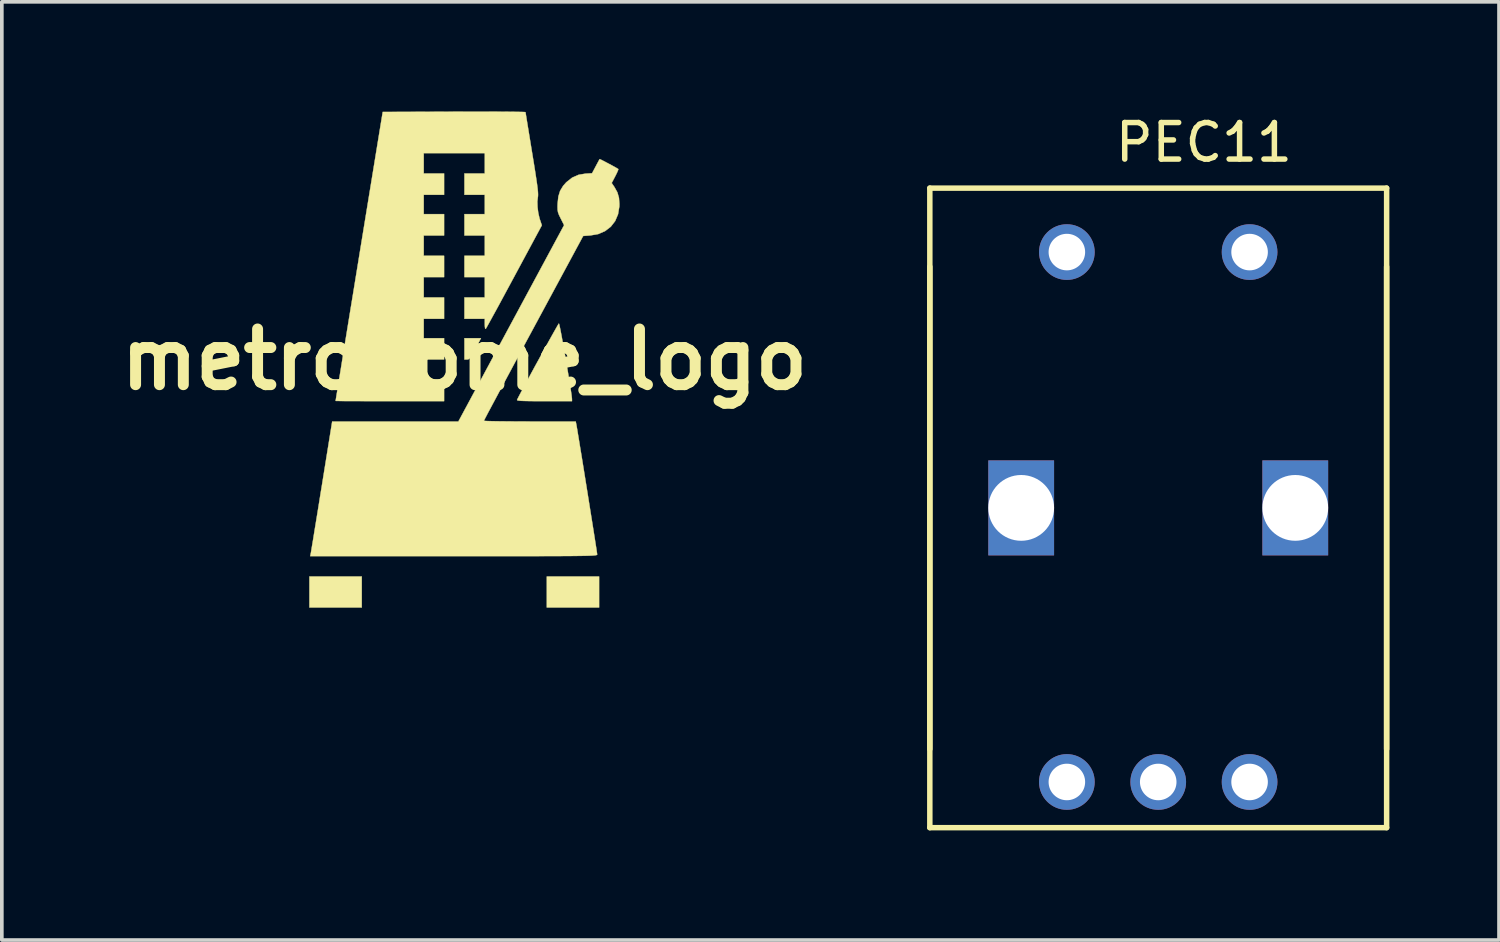
<source format=kicad_pcb>
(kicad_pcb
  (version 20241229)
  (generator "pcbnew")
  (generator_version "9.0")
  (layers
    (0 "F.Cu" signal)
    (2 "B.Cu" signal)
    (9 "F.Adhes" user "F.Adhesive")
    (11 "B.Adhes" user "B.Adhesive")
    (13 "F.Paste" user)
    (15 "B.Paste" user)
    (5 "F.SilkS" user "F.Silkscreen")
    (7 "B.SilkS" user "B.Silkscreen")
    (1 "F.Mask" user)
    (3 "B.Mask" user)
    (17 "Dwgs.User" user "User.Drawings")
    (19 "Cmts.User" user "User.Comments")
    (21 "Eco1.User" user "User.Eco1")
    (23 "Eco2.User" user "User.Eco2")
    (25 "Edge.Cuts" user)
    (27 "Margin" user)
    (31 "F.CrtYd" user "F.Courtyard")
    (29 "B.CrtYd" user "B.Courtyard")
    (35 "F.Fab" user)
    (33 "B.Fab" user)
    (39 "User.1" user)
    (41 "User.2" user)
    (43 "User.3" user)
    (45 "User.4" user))
  (footprint "metronome_logo"
    (layer "F.Cu")
    (at 9.659 6.787)
    (property "Reference" "metronome_logo" (at 0 0 0) (layer "F.SilkS") (effects (font (size 1.524 1.524) (thickness 0.3))))
    (attr through_hole)
    (fp_poly (pts (xy -2.81 6.787) (xy -4.242 6.787) (xy -4.242 5.939) (xy -2.81 5.939) (xy -2.81 6.787)) (stroke (width 0.01) (type solid)) (fill yes) (layer "F.SilkS"))
    (fp_poly (pts (xy 3.685 6.787) (xy 2.254 6.787) (xy 2.254 5.939) (xy 3.685 5.939) (xy 3.685 6.787)) (stroke (width 0.01) (type solid)) (fill yes) (layer "F.SilkS"))
    (fp_poly (pts (xy 0.299 -0.292) (xy 0.234 -0.17) (xy 0.186 -0.087) (xy 0.149 -0.037) (xy 0.119 -0.01) (xy 0.088 -0.001) (xy 0.073 -0.000498) (xy 0 0) (xy 0 -0.583) (xy 0.453 -0.583) (xy 0.299 -0.292)) (stroke (width 0.01) (type solid)) (fill yes) (layer "F.SilkS"))
    (fp_poly (pts (xy 2.593 -0.962) (xy 2.609 -0.893) (xy 2.631 -0.785) (xy 2.658 -0.645) (xy 2.688 -0.479) (xy 2.721 -0.295) (xy 2.756 -0.1) (xy 2.791 0.101) (xy 2.824 0.301) (xy 2.856 0.492) (xy 2.884 0.668) (xy 2.908 0.822) (xy 2.927 0.947) (xy 2.938 1.037) (xy 2.942 1.08) (xy 2.943 1.14) (xy 2.185 1.14) (xy 1.956 1.14) (xy 1.776 1.138) (xy 1.639 1.135) (xy 1.542 1.131) (xy 1.479 1.125) (xy 1.447 1.117) (xy 1.439 1.107) (xy 1.439 1.107) (xy 1.46 1.064) (xy 1.502 0.983) (xy 1.562 0.869) (xy 1.637 0.728) (xy 1.725 0.566) (xy 1.821 0.388) (xy 1.923 0.2) (xy 2.028 0.009) (xy 2.132 -0.181) (xy 2.232 -0.364) (xy 2.326 -0.533) (xy 2.41 -0.684) (xy 2.481 -0.81) (xy 2.536 -0.907) (xy 2.572 -0.967) (xy 2.585 -0.985) (xy 2.593 -0.962)) (stroke (width 0.01) (type solid)) (fill yes) (layer "F.SilkS"))
    (fp_poly (pts (xy 0.615 -6.782) (xy 0.872 -6.781) (xy 1.1 -6.78) (xy 1.296 -6.778) (xy 1.455 -6.776) (xy 1.573 -6.774) (xy 1.647 -6.771) (xy 1.671 -6.768) (xy 1.676 -6.738) (xy 1.688 -6.662) (xy 1.707 -6.544) (xy 1.732 -6.391) (xy 1.762 -6.207) (xy 1.796 -5.999) (xy 1.833 -5.772) (xy 1.853 -5.649) (xy 1.899 -5.369) (xy 1.936 -5.136) (xy 1.965 -4.946) (xy 1.987 -4.795) (xy 2.002 -4.676) (xy 2.011 -4.586) (xy 2.014 -4.519) (xy 2.013 -4.471) (xy 2.009 -4.442) (xy 1.995 -4.322) (xy 2 -4.171) (xy 2.02 -4.011) (xy 2.055 -3.859) (xy 2.067 -3.823) (xy 2.118 -3.672) (xy 1.362 -2.267) (xy 1.226 -2.015) (xy 1.097 -1.776) (xy 0.978 -1.555) (xy 0.87 -1.356) (xy 0.775 -1.184) (xy 0.697 -1.041) (xy 0.637 -0.933) (xy 0.598 -0.863) (xy 0.582 -0.837) (xy 0.567 -0.845) (xy 0.559 -0.9) (xy 0.557 -0.962) (xy 0.557 -1.114) (xy 0 -1.114) (xy 0 -1.697) (xy 0.557 -1.697) (xy 0.557 -2.254) (xy 0 -2.254) (xy 0 -2.837) (xy 0.557 -2.837) (xy 0.557 -3.394) (xy 0 -3.394) (xy 0 -3.977) (xy 0.557 -3.977) (xy 0.557 -4.507) (xy 0 -4.507) (xy 0 -5.091) (xy 0.557 -5.091) (xy 0.557 -5.647) (xy -1.114 -5.647) (xy -1.114 -5.091) (xy -0.557 -5.091) (xy -0.557 -4.507) (xy -1.114 -4.507) (xy -1.114 -3.977) (xy -0.557 -3.977) (xy -0.557 -3.394) (xy -1.114 -3.394) (xy -1.114 -2.837) (xy -0.557 -2.837) (xy -0.557 -2.254) (xy -1.114 -2.254) (xy -1.114 -1.697) (xy -0.557 -1.697) (xy -0.557 -1.114) (xy -1.114 -1.114) (xy -1.114 -0.583) (xy -0.557 -0.583) (xy -0.557 0) (xy -1.114 0) (xy -1.114 0.557) (xy -0.557 0.557) (xy -0.557 1.14) (xy -2.042 1.14) (xy -2.317 1.14) (xy -2.575 1.14) (xy -2.812 1.139) (xy -3.023 1.138) (xy -3.204 1.138) (xy -3.349 1.137) (xy -3.453 1.135) (xy -3.513 1.134) (xy -3.526 1.133) (xy -3.521 1.107) (xy -3.509 1.031) (xy -3.489 0.909) (xy -3.462 0.742) (xy -3.428 0.535) (xy -3.388 0.29) (xy -3.343 0.009) (xy -3.292 -0.304) (xy -3.236 -0.646) (xy -3.176 -1.015) (xy -3.112 -1.407) (xy -3.044 -1.821) (xy -2.974 -2.252) (xy -2.901 -2.699) (xy -2.881 -2.824) (xy -2.236 -6.774) (xy -0.283 -6.781) (xy 0.034 -6.782) (xy 0.334 -6.782) (xy 0.615 -6.782)) (stroke (width 0.01) (type solid)) (fill yes) (layer "F.SilkS"))
    (fp_poly (pts (xy 3.723 -5.474) (xy 3.781 -5.445) (xy 3.862 -5.403) (xy 3.955 -5.354) (xy 4.048 -5.304) (xy 4.13 -5.259) (xy 4.188 -5.225) (xy 4.211 -5.21) (xy 4.205 -5.183) (xy 4.179 -5.121) (xy 4.138 -5.037) (xy 4.126 -5.014) (xy 4.029 -4.829) (xy 4.106 -4.715) (xy 4.185 -4.573) (xy 4.228 -4.425) (xy 4.24 -4.253) (xy 4.238 -4.186) (xy 4.203 -3.974) (xy 4.124 -3.788) (xy 4.005 -3.634) (xy 3.85 -3.515) (xy 3.663 -3.433) (xy 3.447 -3.395) (xy 3.249 -3.38) (xy 1.891 -0.862) (xy 1.708 -0.523) (xy 1.533 -0.197) (xy 1.366 0.113) (xy 1.21 0.404) (xy 1.066 0.673) (xy 0.935 0.916) (xy 0.82 1.131) (xy 0.722 1.315) (xy 0.642 1.464) (xy 0.583 1.577) (xy 0.546 1.648) (xy 0.532 1.677) (xy 0.532 1.677) (xy 0.557 1.681) (xy 0.63 1.685) (xy 0.746 1.688) (xy 0.9 1.691) (xy 1.086 1.693) (xy 1.299 1.695) (xy 1.535 1.696) (xy 1.787 1.697) (xy 3.045 1.697) (xy 3.06 1.77) (xy 3.069 1.818) (xy 3.085 1.912) (xy 3.107 2.046) (xy 3.135 2.215) (xy 3.167 2.413) (xy 3.204 2.635) (xy 3.243 2.876) (xy 3.284 3.131) (xy 3.326 3.394) (xy 3.369 3.661) (xy 3.411 3.925) (xy 3.452 4.181) (xy 3.491 4.425) (xy 3.527 4.651) (xy 3.559 4.853) (xy 3.586 5.027) (xy 3.608 5.167) (xy 3.623 5.268) (xy 3.631 5.324) (xy 3.632 5.334) (xy 3.631 5.341) (xy 3.625 5.347) (xy 3.611 5.352) (xy 3.588 5.357) (xy 3.552 5.361) (xy 3.502 5.365) (xy 3.435 5.368) (xy 3.347 5.371) (xy 3.238 5.373) (xy 3.104 5.375) (xy 2.942 5.377) (xy 2.75 5.378) (xy 2.527 5.38) (xy 2.268 5.38) (xy 1.972 5.381) (xy 1.636 5.382) (xy 1.258 5.382) (xy 0.835 5.382) (xy 0.365 5.382) (xy -0.156 5.382) (xy -0.295 5.382) (xy -4.221 5.382) (xy -4.208 5.323) (xy -4.201 5.287) (xy -4.187 5.203) (xy -4.166 5.076) (xy -4.138 4.91) (xy -4.106 4.709) (xy -4.068 4.478) (xy -4.026 4.221) (xy -3.981 3.943) (xy -3.934 3.649) (xy -3.906 3.48) (xy -3.619 1.697) (xy -1.893 1.697) (xy -0.166 1.697) (xy 1.28 -0.989) (xy 2.727 -3.676) (xy 2.634 -3.86) (xy 2.588 -3.954) (xy 2.561 -4.027) (xy 2.549 -4.098) (xy 2.547 -4.188) (xy 2.55 -4.269) (xy 2.57 -4.458) (xy 2.618 -4.614) (xy 2.7 -4.75) (xy 2.787 -4.849) (xy 2.948 -4.976) (xy 3.128 -5.055) (xy 3.317 -5.086) (xy 3.492 -5.096) (xy 3.593 -5.286) (xy 3.64 -5.374) (xy 3.677 -5.443) (xy 3.698 -5.48) (xy 3.699 -5.483) (xy 3.723 -5.474)) (stroke (width 0.01) (type solid)) (fill yes) (layer "F.SilkS")))
  (footprint "PEC11"
    (layer "F.Cu")
    (at 28.644 10.848)
    (property "Reference" "PEC11" (at 1.25 -10 0) (layer "F.SilkS") (effects (font (size 1 1) (thickness 0.15))))
    (attr through_hole)
    (fp_line (start -6.25 -8.75) (end -6.25 8.75) (stroke (width 0.15) (type solid)) (layer "F.SilkS"))
    (fp_line (start -6.25 -6.6) (end -6.25 6.6) (stroke (width 0.15) (type solid)) (layer "F.SilkS"))
    (fp_line (start -6.25 8.75) (end 6.25 8.75) (stroke (width 0.15) (type solid)) (layer "F.SilkS"))
    (fp_line (start 6.25 -8.75) (end -6.25 -8.75) (stroke (width 0.15) (type solid)) (layer "F.SilkS"))
    (fp_line (start 6.25 6.6) (end 6.25 -6.6) (stroke (width 0.15) (type solid)) (layer "F.SilkS"))
    (fp_line (start 6.25 8.75) (end 6.25 -8.75) (stroke (width 0.15) (type solid)) (layer "F.SilkS"))
    (pad "" np_thru_hole rect (at -3.75 0) (size 1.8 2.6) (drill 1.8) (layers "*.Cu" "*.Mask"))
    (pad "" np_thru_hole rect (at 3.75 0) (size 1.8 2.6) (drill 1.8) (layers "*.Cu" "*.Mask"))
    (pad "1" thru_hole circle (at -2.5 7.5) (size 1.524 1.524) (drill 1) (layers "*.Cu" "*.Mask"))
    (pad "2" thru_hole circle (at 0 7.5) (size 1.524 1.524) (drill 1) (layers "*.Cu" "*.Mask"))
    (pad "3" thru_hole circle (at 2.5 7.5) (size 1.524 1.524) (drill 1) (layers "*.Cu" "*.Mask"))
    (pad "4" thru_hole circle (at -2.5 -7) (size 1.524 1.524) (drill 1) (layers "*.Cu" "*.Mask"))
    (pad "5" thru_hole circle (at 2.5 -7) (size 1.524 1.524) (drill 1) (layers "*.Cu" "*.Mask")))
  (gr_rect
    (start -3 -3)
    (end 37.969 22.673)
    (stroke (width 0.1) (type default))
    (fill no)
    (layer "Edge.Cuts")))
</source>
